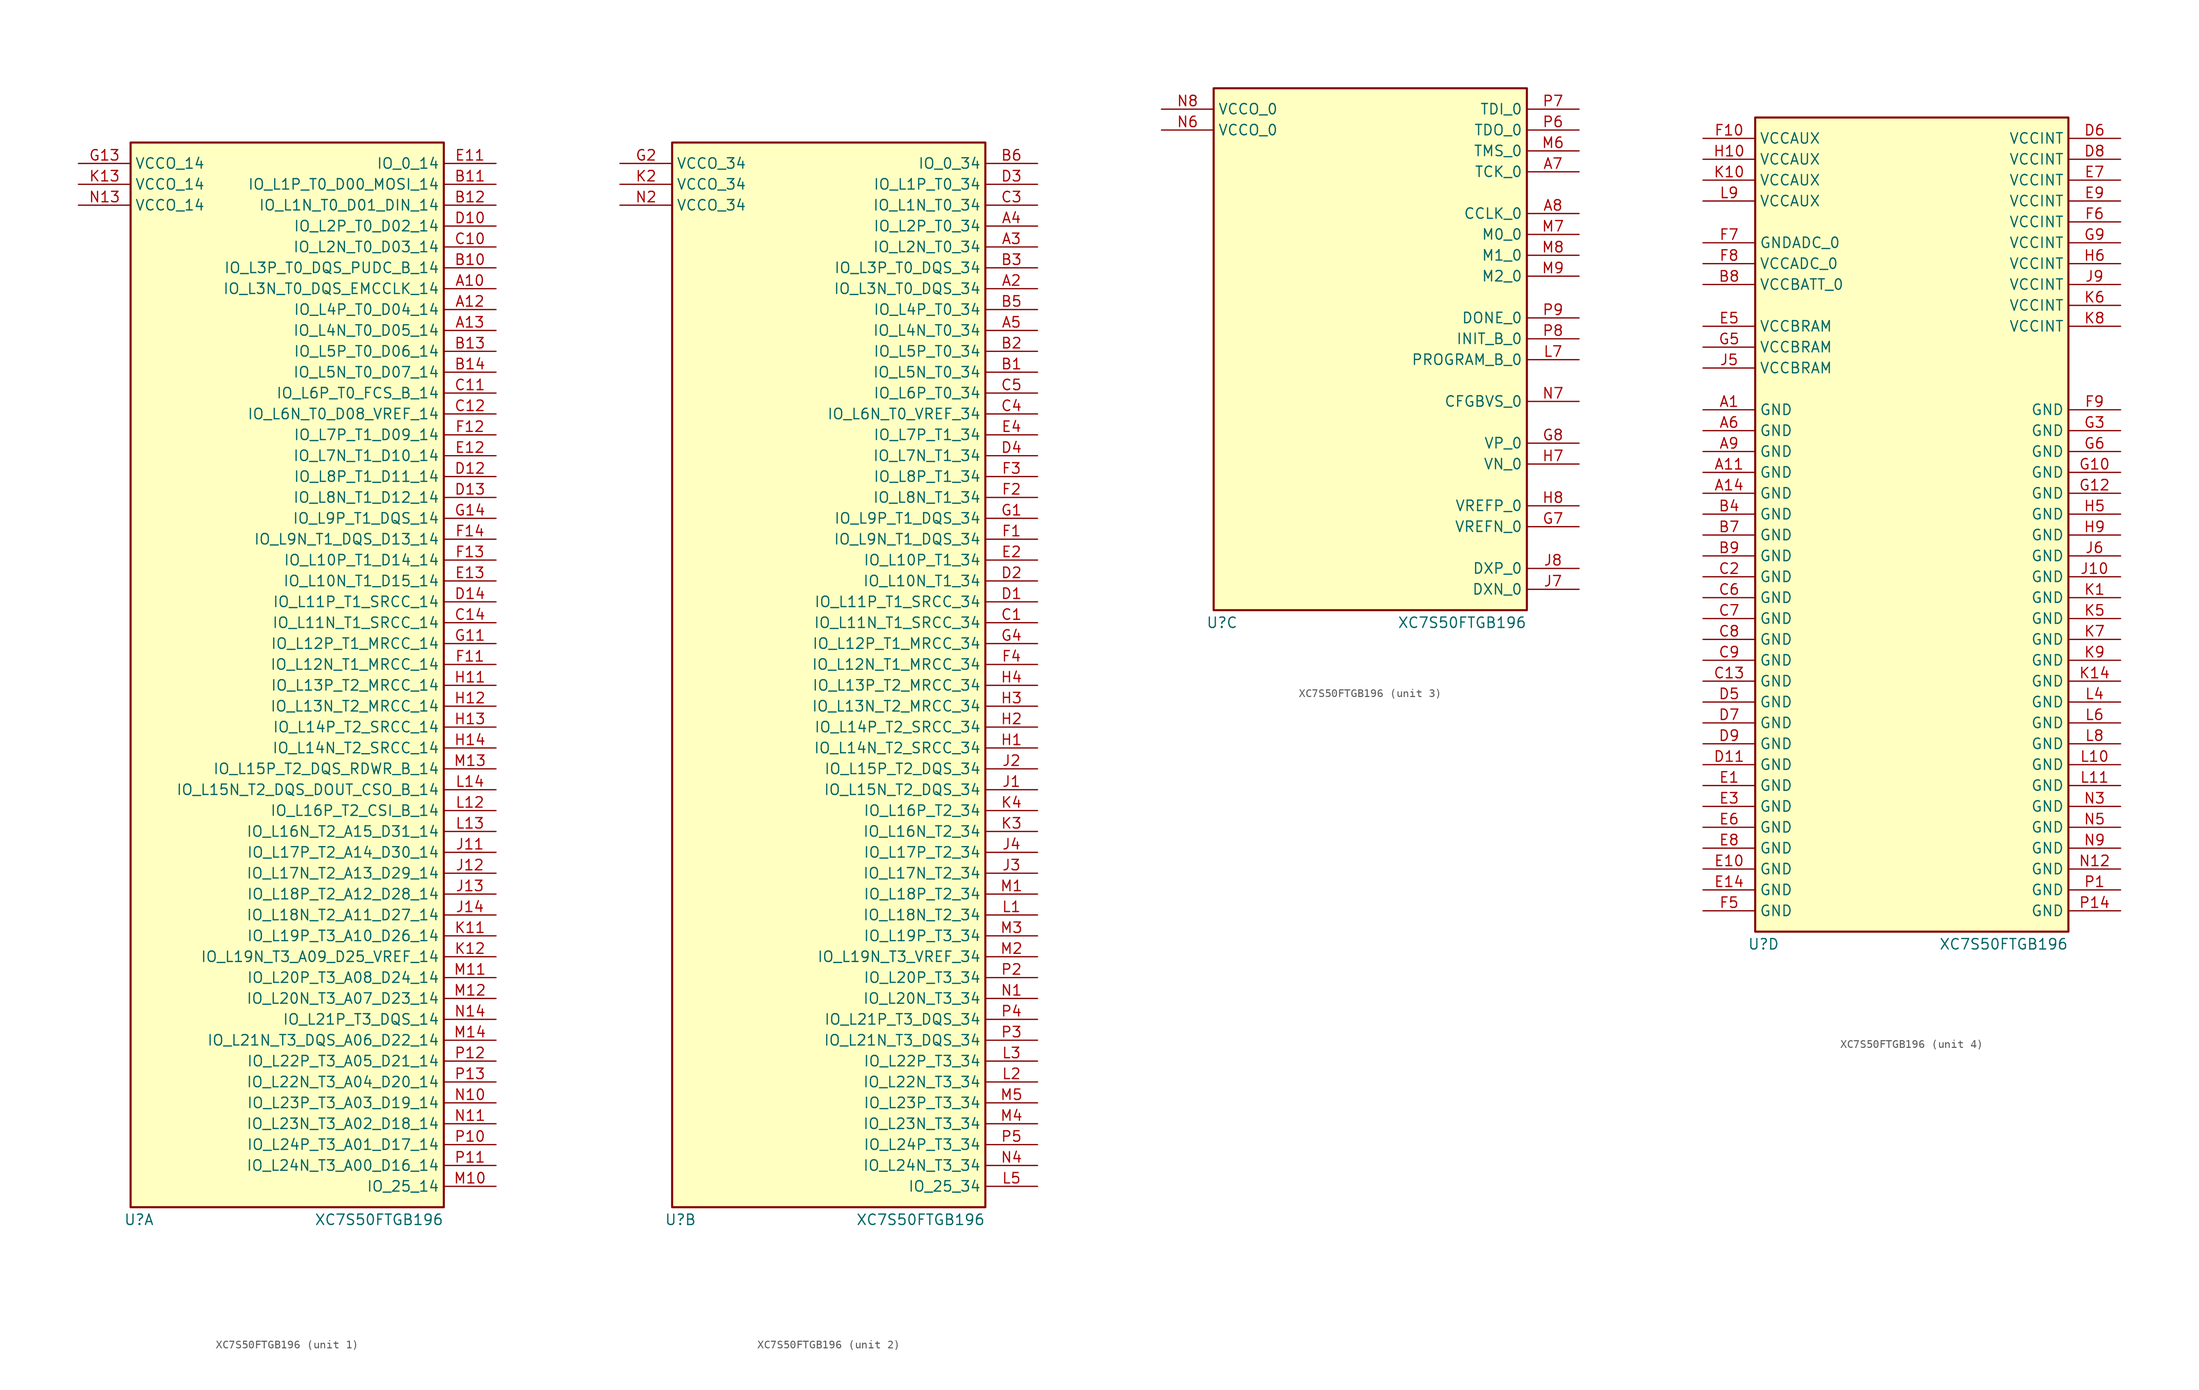
<source format=kicad_sym>
(kicad_symbol_lib
  (version 20231120)
  (generator "kicad_symbol_editor")
  (generator_version "8.0")
  (symbol "XC7S50FTGB196"
    (property "Reference" "U"
      (at 1.016 -1.524 0)
      (effects (font (size 1.27 1.27))))
    (property "Value" "XC7S50FTGB196"
      (at 30.226 -1.524 0)
      (effects (font (size 1.27 1.27))))
    (property "ki_locked" ""
      (at 0 0 0)
      (effects (font (size 1.27 1.27))))
    (symbol "XC7S50FTGB196_1_1"
      (rectangle (start 0 129.54) (end 38.1 0) (stroke (width 0.254) (type default)) (fill (type background)))
      (pin bidirectional line (at 44.45 111.76 180) (length 6.35) (name "IO_L3N_T0_DQS_EMCCLK_14" (effects (font (size 1.27 1.27)))) (number "A10" (effects (font (size 1.27 1.27)))))
      (pin bidirectional line (at 44.45 109.22 180) (length 6.35) (name "IO_L4P_T0_D04_14" (effects (font (size 1.27 1.27)))) (number "A12" (effects (font (size 1.27 1.27)))))
      (pin bidirectional line (at 44.45 106.68 180) (length 6.35) (name "IO_L4N_T0_D05_14" (effects (font (size 1.27 1.27)))) (number "A13" (effects (font (size 1.27 1.27)))))
      (pin bidirectional line (at 44.45 114.3 180) (length 6.35) (name "IO_L3P_T0_DQS_PUDC_B_14" (effects (font (size 1.27 1.27)))) (number "B10" (effects (font (size 1.27 1.27)))))
      (pin bidirectional line (at 44.45 124.46 180) (length 6.35) (name "IO_L1P_T0_D00_MOSI_14" (effects (font (size 1.27 1.27)))) (number "B11" (effects (font (size 1.27 1.27)))))
      (pin bidirectional line (at 44.45 121.92 180) (length 6.35) (name "IO_L1N_T0_D01_DIN_14" (effects (font (size 1.27 1.27)))) (number "B12" (effects (font (size 1.27 1.27)))))
      (pin bidirectional line (at 44.45 104.14 180) (length 6.35) (name "IO_L5P_T0_D06_14" (effects (font (size 1.27 1.27)))) (number "B13" (effects (font (size 1.27 1.27)))))
      (pin bidirectional line (at 44.45 101.6 180) (length 6.35) (name "IO_L5N_T0_D07_14" (effects (font (size 1.27 1.27)))) (number "B14" (effects (font (size 1.27 1.27)))))
      (pin bidirectional line (at 44.45 116.84 180) (length 6.35) (name "IO_L2N_T0_D03_14" (effects (font (size 1.27 1.27)))) (number "C10" (effects (font (size 1.27 1.27)))))
      (pin bidirectional line (at 44.45 99.06 180) (length 6.35) (name "IO_L6P_T0_FCS_B_14" (effects (font (size 1.27 1.27)))) (number "C11" (effects (font (size 1.27 1.27)))))
      (pin bidirectional line (at 44.45 96.52 180) (length 6.35) (name "IO_L6N_T0_D08_VREF_14" (effects (font (size 1.27 1.27)))) (number "C12" (effects (font (size 1.27 1.27)))))
      (pin bidirectional line (at 44.45 71.12 180) (length 6.35) (name "IO_L11N_T1_SRCC_14" (effects (font (size 1.27 1.27)))) (number "C14" (effects (font (size 1.27 1.27)))))
      (pin bidirectional line (at 44.45 119.38 180) (length 6.35) (name "IO_L2P_T0_D02_14" (effects (font (size 1.27 1.27)))) (number "D10" (effects (font (size 1.27 1.27)))))
      (pin bidirectional line (at 44.45 88.9 180) (length 6.35) (name "IO_L8P_T1_D11_14" (effects (font (size 1.27 1.27)))) (number "D12" (effects (font (size 1.27 1.27)))))
      (pin bidirectional line (at 44.45 86.36 180) (length 6.35) (name "IO_L8N_T1_D12_14" (effects (font (size 1.27 1.27)))) (number "D13" (effects (font (size 1.27 1.27)))))
      (pin bidirectional line (at 44.45 73.66 180) (length 6.35) (name "IO_L11P_T1_SRCC_14" (effects (font (size 1.27 1.27)))) (number "D14" (effects (font (size 1.27 1.27)))))
      (pin bidirectional line (at 44.45 127 180) (length 6.35) (name "IO_0_14" (effects (font (size 1.27 1.27)))) (number "E11" (effects (font (size 1.27 1.27)))))
      (pin bidirectional line (at 44.45 91.44 180) (length 6.35) (name "IO_L7N_T1_D10_14" (effects (font (size 1.27 1.27)))) (number "E12" (effects (font (size 1.27 1.27)))))
      (pin bidirectional line (at 44.45 76.2 180) (length 6.35) (name "IO_L10N_T1_D15_14" (effects (font (size 1.27 1.27)))) (number "E13" (effects (font (size 1.27 1.27)))))
      (pin bidirectional line (at 44.45 66.04 180) (length 6.35) (name "IO_L12N_T1_MRCC_14" (effects (font (size 1.27 1.27)))) (number "F11" (effects (font (size 1.27 1.27)))))
      (pin bidirectional line (at 44.45 93.98 180) (length 6.35) (name "IO_L7P_T1_D09_14" (effects (font (size 1.27 1.27)))) (number "F12" (effects (font (size 1.27 1.27)))))
      (pin bidirectional line (at 44.45 78.74 180) (length 6.35) (name "IO_L10P_T1_D14_14" (effects (font (size 1.27 1.27)))) (number "F13" (effects (font (size 1.27 1.27)))))
      (pin bidirectional line (at 44.45 81.28 180) (length 6.35) (name "IO_L9N_T1_DQS_D13_14" (effects (font (size 1.27 1.27)))) (number "F14" (effects (font (size 1.27 1.27)))))
      (pin bidirectional line (at 44.45 68.58 180) (length 6.35) (name "IO_L12P_T1_MRCC_14" (effects (font (size 1.27 1.27)))) (number "G11" (effects (font (size 1.27 1.27)))))
      (pin power_in line (at -6.35 127 0) (length 6.35) (name "VCCO_14" (effects (font (size 1.27 1.27)))) (number "G13" (effects (font (size 1.27 1.27)))))
      (pin bidirectional line (at 44.45 83.82 180) (length 6.35) (name "IO_L9P_T1_DQS_14" (effects (font (size 1.27 1.27)))) (number "G14" (effects (font (size 1.27 1.27)))))
      (pin bidirectional line (at 44.45 63.5 180) (length 6.35) (name "IO_L13P_T2_MRCC_14" (effects (font (size 1.27 1.27)))) (number "H11" (effects (font (size 1.27 1.27)))))
      (pin bidirectional line (at 44.45 60.96 180) (length 6.35) (name "IO_L13N_T2_MRCC_14" (effects (font (size 1.27 1.27)))) (number "H12" (effects (font (size 1.27 1.27)))))
      (pin bidirectional line (at 44.45 58.42 180) (length 6.35) (name "IO_L14P_T2_SRCC_14" (effects (font (size 1.27 1.27)))) (number "H13" (effects (font (size 1.27 1.27)))))
      (pin bidirectional line (at 44.45 55.88 180) (length 6.35) (name "IO_L14N_T2_SRCC_14" (effects (font (size 1.27 1.27)))) (number "H14" (effects (font (size 1.27 1.27)))))
      (pin bidirectional line (at 44.45 43.18 180) (length 6.35) (name "IO_L17P_T2_A14_D30_14" (effects (font (size 1.27 1.27)))) (number "J11" (effects (font (size 1.27 1.27)))))
      (pin bidirectional line (at 44.45 40.64 180) (length 6.35) (name "IO_L17N_T2_A13_D29_14" (effects (font (size 1.27 1.27)))) (number "J12" (effects (font (size 1.27 1.27)))))
      (pin bidirectional line (at 44.45 38.1 180) (length 6.35) (name "IO_L18P_T2_A12_D28_14" (effects (font (size 1.27 1.27)))) (number "J13" (effects (font (size 1.27 1.27)))))
      (pin bidirectional line (at 44.45 35.56 180) (length 6.35) (name "IO_L18N_T2_A11_D27_14" (effects (font (size 1.27 1.27)))) (number "J14" (effects (font (size 1.27 1.27)))))
      (pin bidirectional line (at 44.45 33.02 180) (length 6.35) (name "IO_L19P_T3_A10_D26_14" (effects (font (size 1.27 1.27)))) (number "K11" (effects (font (size 1.27 1.27)))))
      (pin bidirectional line (at 44.45 30.48 180) (length 6.35) (name "IO_L19N_T3_A09_D25_VREF_14" (effects (font (size 1.27 1.27)))) (number "K12" (effects (font (size 1.27 1.27)))))
      (pin power_in line (at -6.35 124.46 0) (length 6.35) (name "VCCO_14" (effects (font (size 1.27 1.27)))) (number "K13" (effects (font (size 1.27 1.27)))))
      (pin bidirectional line (at 44.45 48.26 180) (length 6.35) (name "IO_L16P_T2_CSI_B_14" (effects (font (size 1.27 1.27)))) (number "L12" (effects (font (size 1.27 1.27)))))
      (pin bidirectional line (at 44.45 45.72 180) (length 6.35) (name "IO_L16N_T2_A15_D31_14" (effects (font (size 1.27 1.27)))) (number "L13" (effects (font (size 1.27 1.27)))))
      (pin bidirectional line (at 44.45 50.8 180) (length 6.35) (name "IO_L15N_T2_DQS_DOUT_CSO_B_14" (effects (font (size 1.27 1.27)))) (number "L14" (effects (font (size 1.27 1.27)))))
      (pin bidirectional line (at 44.45 2.54 180) (length 6.35) (name "IO_25_14" (effects (font (size 1.27 1.27)))) (number "M10" (effects (font (size 1.27 1.27)))))
      (pin bidirectional line (at 44.45 27.94 180) (length 6.35) (name "IO_L20P_T3_A08_D24_14" (effects (font (size 1.27 1.27)))) (number "M11" (effects (font (size 1.27 1.27)))))
      (pin bidirectional line (at 44.45 25.4 180) (length 6.35) (name "IO_L20N_T3_A07_D23_14" (effects (font (size 1.27 1.27)))) (number "M12" (effects (font (size 1.27 1.27)))))
      (pin bidirectional line (at 44.45 53.34 180) (length 6.35) (name "IO_L15P_T2_DQS_RDWR_B_14" (effects (font (size 1.27 1.27)))) (number "M13" (effects (font (size 1.27 1.27)))))
      (pin bidirectional line (at 44.45 20.32 180) (length 6.35) (name "IO_L21N_T3_DQS_A06_D22_14" (effects (font (size 1.27 1.27)))) (number "M14" (effects (font (size 1.27 1.27)))))
      (pin bidirectional line (at 44.45 12.7 180) (length 6.35) (name "IO_L23P_T3_A03_D19_14" (effects (font (size 1.27 1.27)))) (number "N10" (effects (font (size 1.27 1.27)))))
      (pin bidirectional line (at 44.45 10.16 180) (length 6.35) (name "IO_L23N_T3_A02_D18_14" (effects (font (size 1.27 1.27)))) (number "N11" (effects (font (size 1.27 1.27)))))
      (pin power_in line (at -6.35 121.92 0) (length 6.35) (name "VCCO_14" (effects (font (size 1.27 1.27)))) (number "N13" (effects (font (size 1.27 1.27)))))
      (pin bidirectional line (at 44.45 22.86 180) (length 6.35) (name "IO_L21P_T3_DQS_14" (effects (font (size 1.27 1.27)))) (number "N14" (effects (font (size 1.27 1.27)))))
      (pin bidirectional line (at 44.45 7.62 180) (length 6.35) (name "IO_L24P_T3_A01_D17_14" (effects (font (size 1.27 1.27)))) (number "P10" (effects (font (size 1.27 1.27)))))
      (pin bidirectional line (at 44.45 5.08 180) (length 6.35) (name "IO_L24N_T3_A00_D16_14" (effects (font (size 1.27 1.27)))) (number "P11" (effects (font (size 1.27 1.27)))))
      (pin bidirectional line (at 44.45 17.78 180) (length 6.35) (name "IO_L22P_T3_A05_D21_14" (effects (font (size 1.27 1.27)))) (number "P12" (effects (font (size 1.27 1.27)))))
      (pin bidirectional line (at 44.45 15.24 180) (length 6.35) (name "IO_L22N_T3_A04_D20_14" (effects (font (size 1.27 1.27)))) (number "P13" (effects (font (size 1.27 1.27))))))
    (symbol "XC7S50FTGB196_2_1"
      (rectangle (start 0 129.54) (end 38.1 0) (stroke (width 0.254) (type default)) (fill (type background)))
      (pin bidirectional line (at 44.45 111.76 180) (length 6.35) (name "IO_L3N_T0_DQS_34" (effects (font (size 1.27 1.27)))) (number "A2" (effects (font (size 1.27 1.27)))))
      (pin bidirectional line (at 44.45 116.84 180) (length 6.35) (name "IO_L2N_T0_34" (effects (font (size 1.27 1.27)))) (number "A3" (effects (font (size 1.27 1.27)))))
      (pin bidirectional line (at 44.45 119.38 180) (length 6.35) (name "IO_L2P_T0_34" (effects (font (size 1.27 1.27)))) (number "A4" (effects (font (size 1.27 1.27)))))
      (pin bidirectional line (at 44.45 106.68 180) (length 6.35) (name "IO_L4N_T0_34" (effects (font (size 1.27 1.27)))) (number "A5" (effects (font (size 1.27 1.27)))))
      (pin bidirectional line (at 44.45 101.6 180) (length 6.35) (name "IO_L5N_T0_34" (effects (font (size 1.27 1.27)))) (number "B1" (effects (font (size 1.27 1.27)))))
      (pin bidirectional line (at 44.45 104.14 180) (length 6.35) (name "IO_L5P_T0_34" (effects (font (size 1.27 1.27)))) (number "B2" (effects (font (size 1.27 1.27)))))
      (pin bidirectional line (at 44.45 114.3 180) (length 6.35) (name "IO_L3P_T0_DQS_34" (effects (font (size 1.27 1.27)))) (number "B3" (effects (font (size 1.27 1.27)))))
      (pin bidirectional line (at 44.45 109.22 180) (length 6.35) (name "IO_L4P_T0_34" (effects (font (size 1.27 1.27)))) (number "B5" (effects (font (size 1.27 1.27)))))
      (pin bidirectional line (at 44.45 127 180) (length 6.35) (name "IO_0_34" (effects (font (size 1.27 1.27)))) (number "B6" (effects (font (size 1.27 1.27)))))
      (pin bidirectional line (at 44.45 71.12 180) (length 6.35) (name "IO_L11N_T1_SRCC_34" (effects (font (size 1.27 1.27)))) (number "C1" (effects (font (size 1.27 1.27)))))
      (pin bidirectional line (at 44.45 121.92 180) (length 6.35) (name "IO_L1N_T0_34" (effects (font (size 1.27 1.27)))) (number "C3" (effects (font (size 1.27 1.27)))))
      (pin bidirectional line (at 44.45 96.52 180) (length 6.35) (name "IO_L6N_T0_VREF_34" (effects (font (size 1.27 1.27)))) (number "C4" (effects (font (size 1.27 1.27)))))
      (pin bidirectional line (at 44.45 99.06 180) (length 6.35) (name "IO_L6P_T0_34" (effects (font (size 1.27 1.27)))) (number "C5" (effects (font (size 1.27 1.27)))))
      (pin bidirectional line (at 44.45 73.66 180) (length 6.35) (name "IO_L11P_T1_SRCC_34" (effects (font (size 1.27 1.27)))) (number "D1" (effects (font (size 1.27 1.27)))))
      (pin bidirectional line (at 44.45 76.2 180) (length 6.35) (name "IO_L10N_T1_34" (effects (font (size 1.27 1.27)))) (number "D2" (effects (font (size 1.27 1.27)))))
      (pin bidirectional line (at 44.45 124.46 180) (length 6.35) (name "IO_L1P_T0_34" (effects (font (size 1.27 1.27)))) (number "D3" (effects (font (size 1.27 1.27)))))
      (pin bidirectional line (at 44.45 91.44 180) (length 6.35) (name "IO_L7N_T1_34" (effects (font (size 1.27 1.27)))) (number "D4" (effects (font (size 1.27 1.27)))))
      (pin bidirectional line (at 44.45 78.74 180) (length 6.35) (name "IO_L10P_T1_34" (effects (font (size 1.27 1.27)))) (number "E2" (effects (font (size 1.27 1.27)))))
      (pin bidirectional line (at 44.45 93.98 180) (length 6.35) (name "IO_L7P_T1_34" (effects (font (size 1.27 1.27)))) (number "E4" (effects (font (size 1.27 1.27)))))
      (pin bidirectional line (at 44.45 81.28 180) (length 6.35) (name "IO_L9N_T1_DQS_34" (effects (font (size 1.27 1.27)))) (number "F1" (effects (font (size 1.27 1.27)))))
      (pin bidirectional line (at 44.45 86.36 180) (length 6.35) (name "IO_L8N_T1_34" (effects (font (size 1.27 1.27)))) (number "F2" (effects (font (size 1.27 1.27)))))
      (pin bidirectional line (at 44.45 88.9 180) (length 6.35) (name "IO_L8P_T1_34" (effects (font (size 1.27 1.27)))) (number "F3" (effects (font (size 1.27 1.27)))))
      (pin bidirectional line (at 44.45 66.04 180) (length 6.35) (name "IO_L12N_T1_MRCC_34" (effects (font (size 1.27 1.27)))) (number "F4" (effects (font (size 1.27 1.27)))))
      (pin bidirectional line (at 44.45 83.82 180) (length 6.35) (name "IO_L9P_T1_DQS_34" (effects (font (size 1.27 1.27)))) (number "G1" (effects (font (size 1.27 1.27)))))
      (pin power_in line (at -6.35 127 0) (length 6.35) (name "VCCO_34" (effects (font (size 1.27 1.27)))) (number "G2" (effects (font (size 1.27 1.27)))))
      (pin bidirectional line (at 44.45 68.58 180) (length 6.35) (name "IO_L12P_T1_MRCC_34" (effects (font (size 1.27 1.27)))) (number "G4" (effects (font (size 1.27 1.27)))))
      (pin bidirectional line (at 44.45 55.88 180) (length 6.35) (name "IO_L14N_T2_SRCC_34" (effects (font (size 1.27 1.27)))) (number "H1" (effects (font (size 1.27 1.27)))))
      (pin bidirectional line (at 44.45 58.42 180) (length 6.35) (name "IO_L14P_T2_SRCC_34" (effects (font (size 1.27 1.27)))) (number "H2" (effects (font (size 1.27 1.27)))))
      (pin bidirectional line (at 44.45 60.96 180) (length 6.35) (name "IO_L13N_T2_MRCC_34" (effects (font (size 1.27 1.27)))) (number "H3" (effects (font (size 1.27 1.27)))))
      (pin bidirectional line (at 44.45 63.5 180) (length 6.35) (name "IO_L13P_T2_MRCC_34" (effects (font (size 1.27 1.27)))) (number "H4" (effects (font (size 1.27 1.27)))))
      (pin bidirectional line (at 44.45 50.8 180) (length 6.35) (name "IO_L15N_T2_DQS_34" (effects (font (size 1.27 1.27)))) (number "J1" (effects (font (size 1.27 1.27)))))
      (pin bidirectional line (at 44.45 53.34 180) (length 6.35) (name "IO_L15P_T2_DQS_34" (effects (font (size 1.27 1.27)))) (number "J2" (effects (font (size 1.27 1.27)))))
      (pin bidirectional line (at 44.45 40.64 180) (length 6.35) (name "IO_L17N_T2_34" (effects (font (size 1.27 1.27)))) (number "J3" (effects (font (size 1.27 1.27)))))
      (pin bidirectional line (at 44.45 43.18 180) (length 6.35) (name "IO_L17P_T2_34" (effects (font (size 1.27 1.27)))) (number "J4" (effects (font (size 1.27 1.27)))))
      (pin power_in line (at -6.35 124.46 0) (length 6.35) (name "VCCO_34" (effects (font (size 1.27 1.27)))) (number "K2" (effects (font (size 1.27 1.27)))))
      (pin bidirectional line (at 44.45 45.72 180) (length 6.35) (name "IO_L16N_T2_34" (effects (font (size 1.27 1.27)))) (number "K3" (effects (font (size 1.27 1.27)))))
      (pin bidirectional line (at 44.45 48.26 180) (length 6.35) (name "IO_L16P_T2_34" (effects (font (size 1.27 1.27)))) (number "K4" (effects (font (size 1.27 1.27)))))
      (pin bidirectional line (at 44.45 35.56 180) (length 6.35) (name "IO_L18N_T2_34" (effects (font (size 1.27 1.27)))) (number "L1" (effects (font (size 1.27 1.27)))))
      (pin bidirectional line (at 44.45 15.24 180) (length 6.35) (name "IO_L22N_T3_34" (effects (font (size 1.27 1.27)))) (number "L2" (effects (font (size 1.27 1.27)))))
      (pin bidirectional line (at 44.45 17.78 180) (length 6.35) (name "IO_L22P_T3_34" (effects (font (size 1.27 1.27)))) (number "L3" (effects (font (size 1.27 1.27)))))
      (pin bidirectional line (at 44.45 2.54 180) (length 6.35) (name "IO_25_34" (effects (font (size 1.27 1.27)))) (number "L5" (effects (font (size 1.27 1.27)))))
      (pin bidirectional line (at 44.45 38.1 180) (length 6.35) (name "IO_L18P_T2_34" (effects (font (size 1.27 1.27)))) (number "M1" (effects (font (size 1.27 1.27)))))
      (pin bidirectional line (at 44.45 30.48 180) (length 6.35) (name "IO_L19N_T3_VREF_34" (effects (font (size 1.27 1.27)))) (number "M2" (effects (font (size 1.27 1.27)))))
      (pin bidirectional line (at 44.45 33.02 180) (length 6.35) (name "IO_L19P_T3_34" (effects (font (size 1.27 1.27)))) (number "M3" (effects (font (size 1.27 1.27)))))
      (pin bidirectional line (at 44.45 10.16 180) (length 6.35) (name "IO_L23N_T3_34" (effects (font (size 1.27 1.27)))) (number "M4" (effects (font (size 1.27 1.27)))))
      (pin bidirectional line (at 44.45 12.7 180) (length 6.35) (name "IO_L23P_T3_34" (effects (font (size 1.27 1.27)))) (number "M5" (effects (font (size 1.27 1.27)))))
      (pin bidirectional line (at 44.45 25.4 180) (length 6.35) (name "IO_L20N_T3_34" (effects (font (size 1.27 1.27)))) (number "N1" (effects (font (size 1.27 1.27)))))
      (pin power_in line (at -6.35 121.92 0) (length 6.35) (name "VCCO_34" (effects (font (size 1.27 1.27)))) (number "N2" (effects (font (size 1.27 1.27)))))
      (pin bidirectional line (at 44.45 5.08 180) (length 6.35) (name "IO_L24N_T3_34" (effects (font (size 1.27 1.27)))) (number "N4" (effects (font (size 1.27 1.27)))))
      (pin bidirectional line (at 44.45 27.94 180) (length 6.35) (name "IO_L20P_T3_34" (effects (font (size 1.27 1.27)))) (number "P2" (effects (font (size 1.27 1.27)))))
      (pin bidirectional line (at 44.45 20.32 180) (length 6.35) (name "IO_L21N_T3_DQS_34" (effects (font (size 1.27 1.27)))) (number "P3" (effects (font (size 1.27 1.27)))))
      (pin bidirectional line (at 44.45 22.86 180) (length 6.35) (name "IO_L21P_T3_DQS_34" (effects (font (size 1.27 1.27)))) (number "P4" (effects (font (size 1.27 1.27)))))
      (pin bidirectional line (at 44.45 7.62 180) (length 6.35) (name "IO_L24P_T3_34" (effects (font (size 1.27 1.27)))) (number "P5" (effects (font (size 1.27 1.27))))))
    (symbol "XC7S50FTGB196_3_1"
      (rectangle (start 0 63.5) (end 38.1 0) (stroke (width 0.254) (type default)) (fill (type background)))
      (pin bidirectional line (at 44.45 53.34 180) (length 6.35) (name "TCK_0" (effects (font (size 1.27 1.27)))) (number "A7" (effects (font (size 1.27 1.27)))))
      (pin bidirectional line (at 44.45 48.26 180) (length 6.35) (name "CCLK_0" (effects (font (size 1.27 1.27)))) (number "A8" (effects (font (size 1.27 1.27)))))
      (pin bidirectional line (at 44.45 10.16 180) (length 6.35) (name "VREFN_0" (effects (font (size 1.27 1.27)))) (number "G7" (effects (font (size 1.27 1.27)))))
      (pin bidirectional line (at 44.45 20.32 180) (length 6.35) (name "VP_0" (effects (font (size 1.27 1.27)))) (number "G8" (effects (font (size 1.27 1.27)))))
      (pin bidirectional line (at 44.45 17.78 180) (length 6.35) (name "VN_0" (effects (font (size 1.27 1.27)))) (number "H7" (effects (font (size 1.27 1.27)))))
      (pin bidirectional line (at 44.45 12.7 180) (length 6.35) (name "VREFP_0" (effects (font (size 1.27 1.27)))) (number "H8" (effects (font (size 1.27 1.27)))))
      (pin bidirectional line (at 44.45 2.54 180) (length 6.35) (name "DXN_0" (effects (font (size 1.27 1.27)))) (number "J7" (effects (font (size 1.27 1.27)))))
      (pin bidirectional line (at 44.45 5.08 180) (length 6.35) (name "DXP_0" (effects (font (size 1.27 1.27)))) (number "J8" (effects (font (size 1.27 1.27)))))
      (pin bidirectional line (at 44.45 30.48 180) (length 6.35) (name "PROGRAM_B_0" (effects (font (size 1.27 1.27)))) (number "L7" (effects (font (size 1.27 1.27)))))
      (pin bidirectional line (at 44.45 55.88 180) (length 6.35) (name "TMS_0" (effects (font (size 1.27 1.27)))) (number "M6" (effects (font (size 1.27 1.27)))))
      (pin bidirectional line (at 44.45 45.72 180) (length 6.35) (name "M0_0" (effects (font (size 1.27 1.27)))) (number "M7" (effects (font (size 1.27 1.27)))))
      (pin bidirectional line (at 44.45 43.18 180) (length 6.35) (name "M1_0" (effects (font (size 1.27 1.27)))) (number "M8" (effects (font (size 1.27 1.27)))))
      (pin bidirectional line (at 44.45 40.64 180) (length 6.35) (name "M2_0" (effects (font (size 1.27 1.27)))) (number "M9" (effects (font (size 1.27 1.27)))))
      (pin power_in line (at -6.35 58.42 0) (length 6.35) (name "VCCO_0" (effects (font (size 1.27 1.27)))) (number "N6" (effects (font (size 1.27 1.27)))))
      (pin bidirectional line (at 44.45 25.4 180) (length 6.35) (name "CFGBVS_0" (effects (font (size 1.27 1.27)))) (number "N7" (effects (font (size 1.27 1.27)))))
      (pin power_in line (at -6.35 60.96 0) (length 6.35) (name "VCCO_0" (effects (font (size 1.27 1.27)))) (number "N8" (effects (font (size 1.27 1.27)))))
      (pin bidirectional line (at 44.45 58.42 180) (length 6.35) (name "TDO_0" (effects (font (size 1.27 1.27)))) (number "P6" (effects (font (size 1.27 1.27)))))
      (pin bidirectional line (at 44.45 60.96 180) (length 6.35) (name "TDI_0" (effects (font (size 1.27 1.27)))) (number "P7" (effects (font (size 1.27 1.27)))))
      (pin bidirectional line (at 44.45 33.02 180) (length 6.35) (name "INIT_B_0" (effects (font (size 1.27 1.27)))) (number "P8" (effects (font (size 1.27 1.27)))))
      (pin bidirectional line (at 44.45 35.56 180) (length 6.35) (name "DONE_0" (effects (font (size 1.27 1.27)))) (number "P9" (effects (font (size 1.27 1.27))))))
    (symbol "XC7S50FTGB196_4_1"
      (rectangle (start 0 99.06) (end 38.1 0) (stroke (width 0.254) (type default)) (fill (type background)))
      (pin power_in line (at -6.35 63.5 0) (length 6.35) (name "GND" (effects (font (size 1.27 1.27)))) (number "A1" (effects (font (size 1.27 1.27)))))
      (pin power_in line (at -6.35 55.88 0) (length 6.35) (name "GND" (effects (font (size 1.27 1.27)))) (number "A11" (effects (font (size 1.27 1.27)))))
      (pin power_in line (at -6.35 53.34 0) (length 6.35) (name "GND" (effects (font (size 1.27 1.27)))) (number "A14" (effects (font (size 1.27 1.27)))))
      (pin power_in line (at -6.35 60.96 0) (length 6.35) (name "GND" (effects (font (size 1.27 1.27)))) (number "A6" (effects (font (size 1.27 1.27)))))
      (pin power_in line (at -6.35 58.42 0) (length 6.35) (name "GND" (effects (font (size 1.27 1.27)))) (number "A9" (effects (font (size 1.27 1.27)))))
      (pin power_in line (at -6.35 50.8 0) (length 6.35) (name "GND" (effects (font (size 1.27 1.27)))) (number "B4" (effects (font (size 1.27 1.27)))))
      (pin power_in line (at -6.35 48.26 0) (length 6.35) (name "GND" (effects (font (size 1.27 1.27)))) (number "B7" (effects (font (size 1.27 1.27)))))
      (pin power_in line (at -6.35 78.74 0) (length 6.35) (name "VCCBATT_0" (effects (font (size 1.27 1.27)))) (number "B8" (effects (font (size 1.27 1.27)))))
      (pin power_in line (at -6.35 45.72 0) (length 6.35) (name "GND" (effects (font (size 1.27 1.27)))) (number "B9" (effects (font (size 1.27 1.27)))))
      (pin power_in line (at -6.35 30.48 0) (length 6.35) (name "GND" (effects (font (size 1.27 1.27)))) (number "C13" (effects (font (size 1.27 1.27)))))
      (pin power_in line (at -6.35 43.18 0) (length 6.35) (name "GND" (effects (font (size 1.27 1.27)))) (number "C2" (effects (font (size 1.27 1.27)))))
      (pin power_in line (at -6.35 40.64 0) (length 6.35) (name "GND" (effects (font (size 1.27 1.27)))) (number "C6" (effects (font (size 1.27 1.27)))))
      (pin power_in line (at -6.35 38.1 0) (length 6.35) (name "GND" (effects (font (size 1.27 1.27)))) (number "C7" (effects (font (size 1.27 1.27)))))
      (pin power_in line (at -6.35 35.56 0) (length 6.35) (name "GND" (effects (font (size 1.27 1.27)))) (number "C8" (effects (font (size 1.27 1.27)))))
      (pin power_in line (at -6.35 33.02 0) (length 6.35) (name "GND" (effects (font (size 1.27 1.27)))) (number "C9" (effects (font (size 1.27 1.27)))))
      (pin power_in line (at -6.35 20.32 0) (length 6.35) (name "GND" (effects (font (size 1.27 1.27)))) (number "D11" (effects (font (size 1.27 1.27)))))
      (pin power_in line (at -6.35 27.94 0) (length 6.35) (name "GND" (effects (font (size 1.27 1.27)))) (number "D5" (effects (font (size 1.27 1.27)))))
      (pin power_in line (at 44.45 96.52 180) (length 6.35) (name "VCCINT" (effects (font (size 1.27 1.27)))) (number "D6" (effects (font (size 1.27 1.27)))))
      (pin power_in line (at -6.35 25.4 0) (length 6.35) (name "GND" (effects (font (size 1.27 1.27)))) (number "D7" (effects (font (size 1.27 1.27)))))
      (pin power_in line (at 44.45 93.98 180) (length 6.35) (name "VCCINT" (effects (font (size 1.27 1.27)))) (number "D8" (effects (font (size 1.27 1.27)))))
      (pin power_in line (at -6.35 22.86 0) (length 6.35) (name "GND" (effects (font (size 1.27 1.27)))) (number "D9" (effects (font (size 1.27 1.27)))))
      (pin power_in line (at -6.35 17.78 0) (length 6.35) (name "GND" (effects (font (size 1.27 1.27)))) (number "E1" (effects (font (size 1.27 1.27)))))
      (pin power_in line (at -6.35 7.62 0) (length 6.35) (name "GND" (effects (font (size 1.27 1.27)))) (number "E10" (effects (font (size 1.27 1.27)))))
      (pin power_in line (at -6.35 5.08 0) (length 6.35) (name "GND" (effects (font (size 1.27 1.27)))) (number "E14" (effects (font (size 1.27 1.27)))))
      (pin power_in line (at -6.35 15.24 0) (length 6.35) (name "GND" (effects (font (size 1.27 1.27)))) (number "E3" (effects (font (size 1.27 1.27)))))
      (pin power_in line (at -6.35 73.66 0) (length 6.35) (name "VCCBRAM" (effects (font (size 1.27 1.27)))) (number "E5" (effects (font (size 1.27 1.27)))))
      (pin power_in line (at -6.35 12.7 0) (length 6.35) (name "GND" (effects (font (size 1.27 1.27)))) (number "E6" (effects (font (size 1.27 1.27)))))
      (pin power_in line (at 44.45 91.44 180) (length 6.35) (name "VCCINT" (effects (font (size 1.27 1.27)))) (number "E7" (effects (font (size 1.27 1.27)))))
      (pin power_in line (at -6.35 10.16 0) (length 6.35) (name "GND" (effects (font (size 1.27 1.27)))) (number "E8" (effects (font (size 1.27 1.27)))))
      (pin power_in line (at 44.45 88.9 180) (length 6.35) (name "VCCINT" (effects (font (size 1.27 1.27)))) (number "E9" (effects (font (size 1.27 1.27)))))
      (pin power_in line (at -6.35 96.52 0) (length 6.35) (name "VCCAUX" (effects (font (size 1.27 1.27)))) (number "F10" (effects (font (size 1.27 1.27)))))
      (pin power_in line (at -6.35 2.54 0) (length 6.35) (name "GND" (effects (font (size 1.27 1.27)))) (number "F5" (effects (font (size 1.27 1.27)))))
      (pin power_in line (at 44.45 86.36 180) (length 6.35) (name "VCCINT" (effects (font (size 1.27 1.27)))) (number "F6" (effects (font (size 1.27 1.27)))))
      (pin power_in line (at -6.35 83.82 0) (length 6.35) (name "GNDADC_0" (effects (font (size 1.27 1.27)))) (number "F7" (effects (font (size 1.27 1.27)))))
      (pin power_in line (at -6.35 81.28 0) (length 6.35) (name "VCCADC_0" (effects (font (size 1.27 1.27)))) (number "F8" (effects (font (size 1.27 1.27)))))
      (pin power_in line (at 44.45 63.5 180) (length 6.35) (name "GND" (effects (font (size 1.27 1.27)))) (number "F9" (effects (font (size 1.27 1.27)))))
      (pin power_in line (at 44.45 55.88 180) (length 6.35) (name "GND" (effects (font (size 1.27 1.27)))) (number "G10" (effects (font (size 1.27 1.27)))))
      (pin power_in line (at 44.45 53.34 180) (length 6.35) (name "GND" (effects (font (size 1.27 1.27)))) (number "G12" (effects (font (size 1.27 1.27)))))
      (pin power_in line (at 44.45 60.96 180) (length 6.35) (name "GND" (effects (font (size 1.27 1.27)))) (number "G3" (effects (font (size 1.27 1.27)))))
      (pin power_in line (at -6.35 71.12 0) (length 6.35) (name "VCCBRAM" (effects (font (size 1.27 1.27)))) (number "G5" (effects (font (size 1.27 1.27)))))
      (pin power_in line (at 44.45 58.42 180) (length 6.35) (name "GND" (effects (font (size 1.27 1.27)))) (number "G6" (effects (font (size 1.27 1.27)))))
      (pin power_in line (at 44.45 83.82 180) (length 6.35) (name "VCCINT" (effects (font (size 1.27 1.27)))) (number "G9" (effects (font (size 1.27 1.27)))))
      (pin power_in line (at -6.35 93.98 0) (length 6.35) (name "VCCAUX" (effects (font (size 1.27 1.27)))) (number "H10" (effects (font (size 1.27 1.27)))))
      (pin power_in line (at 44.45 50.8 180) (length 6.35) (name "GND" (effects (font (size 1.27 1.27)))) (number "H5" (effects (font (size 1.27 1.27)))))
      (pin power_in line (at 44.45 81.28 180) (length 6.35) (name "VCCINT" (effects (font (size 1.27 1.27)))) (number "H6" (effects (font (size 1.27 1.27)))))
      (pin power_in line (at 44.45 48.26 180) (length 6.35) (name "GND" (effects (font (size 1.27 1.27)))) (number "H9" (effects (font (size 1.27 1.27)))))
      (pin power_in line (at 44.45 43.18 180) (length 6.35) (name "GND" (effects (font (size 1.27 1.27)))) (number "J10" (effects (font (size 1.27 1.27)))))
      (pin power_in line (at -6.35 68.58 0) (length 6.35) (name "VCCBRAM" (effects (font (size 1.27 1.27)))) (number "J5" (effects (font (size 1.27 1.27)))))
      (pin power_in line (at 44.45 45.72 180) (length 6.35) (name "GND" (effects (font (size 1.27 1.27)))) (number "J6" (effects (font (size 1.27 1.27)))))
      (pin power_in line (at 44.45 78.74 180) (length 6.35) (name "VCCINT" (effects (font (size 1.27 1.27)))) (number "J9" (effects (font (size 1.27 1.27)))))
      (pin power_in line (at 44.45 40.64 180) (length 6.35) (name "GND" (effects (font (size 1.27 1.27)))) (number "K1" (effects (font (size 1.27 1.27)))))
      (pin power_in line (at -6.35 91.44 0) (length 6.35) (name "VCCAUX" (effects (font (size 1.27 1.27)))) (number "K10" (effects (font (size 1.27 1.27)))))
      (pin power_in line (at 44.45 30.48 180) (length 6.35) (name "GND" (effects (font (size 1.27 1.27)))) (number "K14" (effects (font (size 1.27 1.27)))))
      (pin power_in line (at 44.45 38.1 180) (length 6.35) (name "GND" (effects (font (size 1.27 1.27)))) (number "K5" (effects (font (size 1.27 1.27)))))
      (pin power_in line (at 44.45 76.2 180) (length 6.35) (name "VCCINT" (effects (font (size 1.27 1.27)))) (number "K6" (effects (font (size 1.27 1.27)))))
      (pin power_in line (at 44.45 35.56 180) (length 6.35) (name "GND" (effects (font (size 1.27 1.27)))) (number "K7" (effects (font (size 1.27 1.27)))))
      (pin power_in line (at 44.45 73.66 180) (length 6.35) (name "VCCINT" (effects (font (size 1.27 1.27)))) (number "K8" (effects (font (size 1.27 1.27)))))
      (pin power_in line (at 44.45 33.02 180) (length 6.35) (name "GND" (effects (font (size 1.27 1.27)))) (number "K9" (effects (font (size 1.27 1.27)))))
      (pin power_in line (at 44.45 20.32 180) (length 6.35) (name "GND" (effects (font (size 1.27 1.27)))) (number "L10" (effects (font (size 1.27 1.27)))))
      (pin power_in line (at 44.45 17.78 180) (length 6.35) (name "GND" (effects (font (size 1.27 1.27)))) (number "L11" (effects (font (size 1.27 1.27)))))
      (pin power_in line (at 44.45 27.94 180) (length 6.35) (name "GND" (effects (font (size 1.27 1.27)))) (number "L4" (effects (font (size 1.27 1.27)))))
      (pin power_in line (at 44.45 25.4 180) (length 6.35) (name "GND" (effects (font (size 1.27 1.27)))) (number "L6" (effects (font (size 1.27 1.27)))))
      (pin power_in line (at 44.45 22.86 180) (length 6.35) (name "GND" (effects (font (size 1.27 1.27)))) (number "L8" (effects (font (size 1.27 1.27)))))
      (pin power_in line (at -6.35 88.9 0) (length 6.35) (name "VCCAUX" (effects (font (size 1.27 1.27)))) (number "L9" (effects (font (size 1.27 1.27)))))
      (pin power_in line (at 44.45 7.62 180) (length 6.35) (name "GND" (effects (font (size 1.27 1.27)))) (number "N12" (effects (font (size 1.27 1.27)))))
      (pin power_in line (at 44.45 15.24 180) (length 6.35) (name "GND" (effects (font (size 1.27 1.27)))) (number "N3" (effects (font (size 1.27 1.27)))))
      (pin power_in line (at 44.45 12.7 180) (length 6.35) (name "GND" (effects (font (size 1.27 1.27)))) (number "N5" (effects (font (size 1.27 1.27)))))
      (pin power_in line (at 44.45 10.16 180) (length 6.35) (name "GND" (effects (font (size 1.27 1.27)))) (number "N9" (effects (font (size 1.27 1.27)))))
      (pin power_in line (at 44.45 5.08 180) (length 6.35) (name "GND" (effects (font (size 1.27 1.27)))) (number "P1" (effects (font (size 1.27 1.27)))))
      (pin power_in line (at 44.45 2.54 180) (length 6.35) (name "GND" (effects (font (size 1.27 1.27)))) (number "P14" (effects (font (size 1.27 1.27))))))))
</source>
